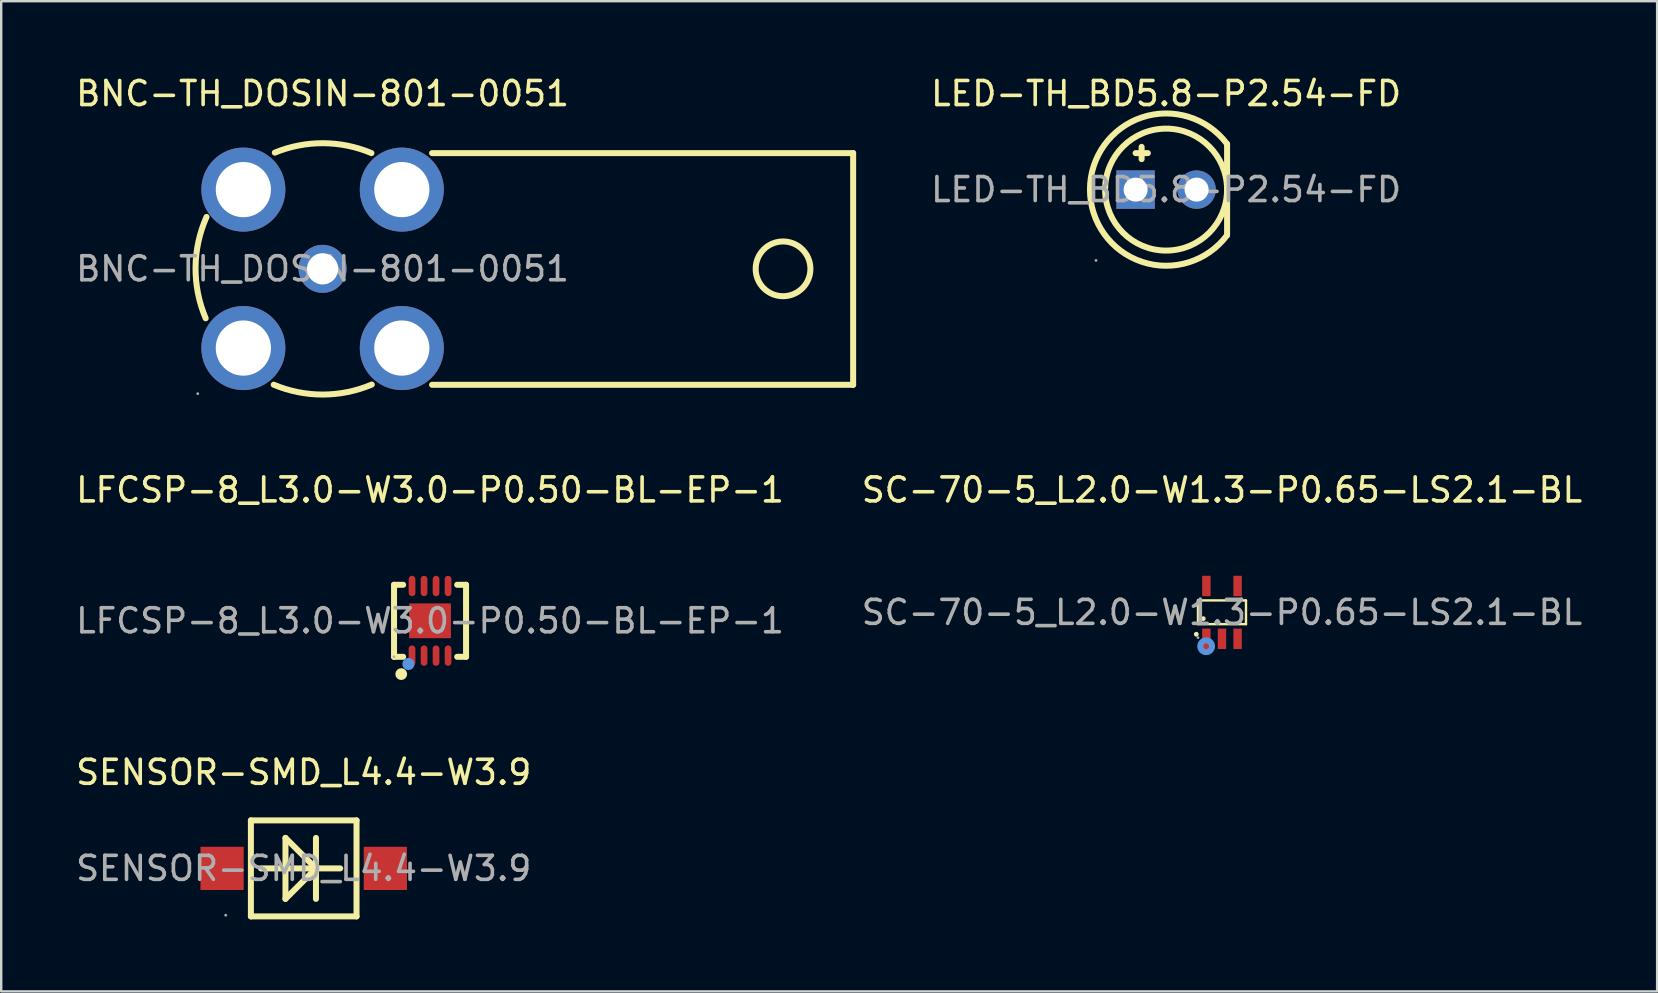
<source format=kicad_pcb>
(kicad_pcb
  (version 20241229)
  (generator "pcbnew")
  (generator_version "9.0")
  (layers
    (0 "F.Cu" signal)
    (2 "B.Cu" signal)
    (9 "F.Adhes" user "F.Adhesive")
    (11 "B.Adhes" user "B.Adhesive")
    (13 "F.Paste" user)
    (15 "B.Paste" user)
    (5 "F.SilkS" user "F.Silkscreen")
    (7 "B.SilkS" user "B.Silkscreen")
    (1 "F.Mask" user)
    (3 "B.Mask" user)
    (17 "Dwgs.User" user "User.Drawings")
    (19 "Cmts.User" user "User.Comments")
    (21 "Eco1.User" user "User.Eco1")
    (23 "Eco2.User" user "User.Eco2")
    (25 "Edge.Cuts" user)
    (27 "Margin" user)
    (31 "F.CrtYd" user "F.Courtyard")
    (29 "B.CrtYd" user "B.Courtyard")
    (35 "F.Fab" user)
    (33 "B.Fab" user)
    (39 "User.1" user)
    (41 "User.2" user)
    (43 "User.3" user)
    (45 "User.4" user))
  (footprint "SENSOR-SMD_L4.4-W3.9"
    (layer "F.Cu")
    (at 9.601 33.122)
    (property "Reference" "SENSOR-SMD_L4.4-W3.9" (at 0 -4 0) (layer "F.SilkS") (effects (font (size 1 1) (thickness 0.15))))
    (attr smd)
    (fp_line (start -2.2 -2) (end 2.2 -2) (stroke (width 0.25) (type solid)) (layer "F.SilkS"))
    (fp_line (start -2.2 2) (end -2.2 -2) (stroke (width 0.25) (type solid)) (layer "F.SilkS"))
    (fp_line (start -1.78 0) (end 1.52 0) (stroke (width 0.25) (type solid)) (layer "F.SilkS"))
    (fp_line (start -0.76 -1.27) (end -0.76 1.27) (stroke (width 0.25) (type solid)) (layer "F.SilkS"))
    (fp_line (start -0.76 1.27) (end 0.51 0) (stroke (width 0.25) (type solid)) (layer "F.SilkS"))
    (fp_line (start 0.51 -1.27) (end 0.51 1.27) (stroke (width 0.25) (type solid)) (layer "F.SilkS"))
    (fp_line (start 0.51 0) (end -0.76 -1.27) (stroke (width 0.25) (type solid)) (layer "F.SilkS"))
    (fp_line (start 2.2 -2) (end 2.2 2) (stroke (width 0.25) (type solid)) (layer "F.SilkS"))
    (fp_line (start 2.2 2) (end -2.2 2) (stroke (width 0.25) (type solid)) (layer "F.SilkS"))
    (fp_circle (center -3.25 1.95) (end -3.22 1.95) (stroke (width 0.06) (type solid)) (fill no) (layer "F.Fab"))
    (fp_text user "${REFERENCE}" (at 0 0 0) (layer "F.Fab") (effects (font (size 1 1) (thickness 0.15))))
    (pad "1" smd rect (at -3.4 0) (size 1.8 1.8) (layers "F.Cu" "F.Mask" "F.Paste"))
    (pad "2" smd rect (at 3.4 0) (size 1.8 1.8) (layers "F.Cu" "F.Mask" "F.Paste")))
  (footprint "SC-70-5_L2.0-W1.3-P0.65-LS2.1-BL"
    (layer "F.Cu")
    (at 47.851 22.459)
    (property "Reference" "SC-70-5_L2.0-W1.3-P0.65-LS2.1-BL" (at 0 -5.1 0) (layer "F.SilkS") (effects (font (size 1 1) (thickness 0.15))))
    (attr smd)
    (fp_line (start -1 -0.5) (end -1 0.49) (stroke (width 0.1) (type solid)) (layer "F.SilkS"))
    (fp_line (start -1 0.49) (end 1 0.49) (stroke (width 0.1) (type solid)) (layer "F.SilkS"))
    (fp_line (start 0.99 -0.5) (end -1 -0.5) (stroke (width 0.1) (type solid)) (layer "F.SilkS"))
    (fp_line (start 1 -0.49) (end 0.99 -0.5) (stroke (width 0.1) (type solid)) (layer "F.SilkS"))
    (fp_line (start 1 0.49) (end 1 -0.49) (stroke (width 0.1) (type solid)) (layer "F.SilkS"))
    (fp_circle (center -1.07 0.91) (end -1.02 0.91) (stroke (width 0.1) (type solid)) (fill no) (layer "F.SilkS"))
    (fp_circle (center -0.78 0.26) (end -0.73 0.26) (stroke (width 0.1) (type solid)) (fill no) (layer "F.SilkS"))
    (fp_circle (center -0.66 1.41) (end -0.54 1.41) (stroke (width 0.25) (type solid)) (fill no) (layer "Cmts.User"))
    (fp_circle (center -1 1.05) (end -0.97 1.05) (stroke (width 0.06) (type solid)) (fill no) (layer "F.Fab"))
    (fp_text user "${REFERENCE}" (at 0 0 0) (layer "F.Fab") (effects (font (size 1 1) (thickness 0.15))))
    (pad "1" smd rect (at -0.65 1.1) (size 0.35 0.85) (layers "F.Cu" "F.Mask" "F.Paste"))
    (pad "2" smd rect (at 0 1.1) (size 0.35 0.85) (layers "F.Cu" "F.Mask" "F.Paste"))
    (pad "3" smd rect (at 0.65 1.1) (size 0.35 0.85) (layers "F.Cu" "F.Mask" "F.Paste"))
    (pad "4" smd rect (at 0.65 -1.1) (size 0.35 0.85) (layers "F.Cu" "F.Mask" "F.Paste"))
    (pad "5" smd rect (at -0.65 -1.1) (size 0.35 0.85) (layers "F.Cu" "F.Mask" "F.Paste")))
  (footprint "BNC-TH_DOSIN-801-0051"
    (layer "F.Cu")
    (at 10.387 8.148)
    (property "Reference" "BNC-TH_DOSIN-801-0051" (at 0 -7.3 0) (layer "F.SilkS") (effects (font (size 1 1) (thickness 0.15))))
    (attr through_hole)
    (fp_line (start 4.56 -4.82) (end 22.1 -4.82) (stroke (width 0.25) (type solid)) (layer "F.SilkS"))
    (fp_line (start 22.1 -4.82) (end 22.1 4.83) (stroke (width 0.25) (type solid)) (layer "F.SilkS"))
    (fp_line (start 22.1 4.83) (end 4.56 4.83) (stroke (width 0.25) (type solid)) (layer "F.SilkS"))
    (fp_arc (start -4.87 2.06) (mid -5.291485 -0.054517) (end -4.834483 -2.161644) (stroke (width 0.25) (type solid)) (layer "F.SilkS"))
    (fp_arc (start -1.99 -4.84) (mid 0.024171 -5.233079) (end 2.034625 -4.821411) (stroke (width 0.25) (type solid)) (layer "F.SilkS"))
    (fp_arc (start 2.05 4.82) (mid 0.008046 5.237031) (end -2.035178 4.826264) (stroke (width 0.25) (type solid)) (layer "F.SilkS"))
    (fp_circle (center 19.18 0) (end 20.32 0) (stroke (width 0.25) (type solid)) (fill no) (layer "F.SilkS"))
    (fp_circle (center -5.2 5.2) (end -5.17 5.2) (stroke (width 0.06) (type solid)) (fill no) (layer "F.Fab"))
    (fp_circle (center 0 0) (end 0.25 0) (stroke (width 0.5) (type solid)) (fill no) (layer "F.Fab"))
    (fp_text user "${REFERENCE}" (at 0 0 0) (layer "F.Fab") (effects (font (size 1 1) (thickness 0.15))))
    (pad "1" thru_hole circle (at -3.3 3.3) (size 3.5 3.5) (drill 2.3) (layers "*.Cu" "*.Mask"))
    (pad "2" thru_hole circle (at -3.3 -3.3) (size 3.5 3.5) (drill 2.3) (layers "*.Cu" "*.Mask"))
    (pad "3" thru_hole circle (at 3.3 -3.3) (size 3.5 3.5) (drill 2.3) (layers "*.Cu" "*.Mask"))
    (pad "4" thru_hole circle (at 3.3 3.3) (size 3.5 3.5) (drill 2.3) (layers "*.Cu" "*.Mask"))
    (pad "5" thru_hole circle (at 0 0) (size 2 2) (drill 1.3) (layers "*.Cu" "*.Mask")))
  (footprint "LFCSP-8_L3.0-W3.0-P0.50-BL-EP-1"
    (layer "F.Cu")
    (at 14.863 22.809)
    (property "Reference" "LFCSP-8_L3.0-W3.0-P0.50-BL-EP-1" (at 0 -5.45 0) (layer "F.SilkS") (effects (font (size 1 1) (thickness 0.15))))
    (attr smd)
    (fp_line (start -1.5 -1.5) (end -1.12 -1.5) (stroke (width 0.25) (type solid)) (layer "F.SilkS"))
    (fp_line (start -1.5 1.5) (end -1.5 -1.5) (stroke (width 0.25) (type solid)) (layer "F.SilkS"))
    (fp_line (start -1.12 1.5) (end -1.5 1.5) (stroke (width 0.25) (type solid)) (layer "F.SilkS"))
    (fp_line (start 1.13 -1.5) (end 1.5 -1.5) (stroke (width 0.25) (type solid)) (layer "F.SilkS"))
    (fp_line (start 1.5 -1.5) (end 1.5 1.5) (stroke (width 0.25) (type solid)) (layer "F.SilkS"))
    (fp_line (start 1.5 1.5) (end 1.13 1.5) (stroke (width 0.25) (type solid)) (layer "F.SilkS"))
    (fp_arc (start -1.19 2.1) (mid -1.204987 2.340313) (end -1.200034 2.099584) (stroke (width 0.25) (type solid)) (layer "F.SilkS"))
    (fp_circle (center -0.9 1.8) (end -0.77 1.8) (stroke (width 0.25) (type solid)) (fill no) (layer "Cmts.User"))
    (fp_circle (center -1.5 1.5) (end -1.47 1.5) (stroke (width 0.06) (type solid)) (fill no) (layer "F.Fab"))
    (fp_text user "${REFERENCE}" (at 0 0 0) (layer "F.Fab") (effects (font (size 1 1) (thickness 0.15))))
    (pad "1" smd oval (at -0.75 1.45 180) (size 0.28 0.85) (layers "F.Cu" "F.Mask" "F.Paste"))
    (pad "2" smd oval (at -0.25 1.45 180) (size 0.28 0.85) (layers "F.Cu" "F.Mask" "F.Paste"))
    (pad "3" smd oval (at 0.25 1.45 180) (size 0.28 0.85) (layers "F.Cu" "F.Mask" "F.Paste"))
    (pad "4" smd oval (at 0.75 1.45 180) (size 0.28 0.85) (layers "F.Cu" "F.Mask" "F.Paste"))
    (pad "5" smd oval (at 0.75 -1.45 180) (size 0.28 0.85) (layers "F.Cu" "F.Mask" "F.Paste"))
    (pad "6" smd oval (at 0.25 -1.45 180) (size 0.28 0.85) (layers "F.Cu" "F.Mask" "F.Paste"))
    (pad "7" smd oval (at -0.25 -1.45 180) (size 0.28 0.85) (layers "F.Cu" "F.Mask" "F.Paste"))
    (pad "8" smd oval (at -0.75 -1.45 180) (size 0.28 0.85) (layers "F.Cu" "F.Mask" "F.Paste"))
    (pad "9" smd rect (at 0 0) (size 1.74 1.45) (layers "F.Cu" "F.Mask" "F.Paste")))
  (footprint "LED-TH_BD5.8-P2.54-FD"
    (layer "F.Cu")
    (at 45.523 4.848)
    (property "Reference" "LED-TH_BD5.8-P2.54-FD" (at 0 -4 0) (layer "F.SilkS") (effects (font (size 1 1) (thickness 0.15))))
    (attr through_hole)
    (fp_line (start -1.27 -1.52) (end -0.76 -1.52) (stroke (width 0.25) (type solid)) (layer "F.SilkS"))
    (fp_line (start -1.02 -1.78) (end -1.02 -1.27) (stroke (width 0.25) (type solid)) (layer "F.SilkS"))
    (fp_line (start 2.54 1.9) (end 2.54 -1.9) (stroke (width 0.25) (type solid)) (layer "F.SilkS"))
    (fp_arc (start 2.538185 1.902424) (mid -3.172002 -0.001514) (end 2.54 -1.9) (stroke (width 0.25) (type solid)) (layer "F.SilkS"))
    (fp_circle (center 0 0) (end 2.54 0) (stroke (width 0.25) (type solid)) (fill no) (layer "F.SilkS"))
    (fp_circle (center -2.92 2.95) (end -2.89 2.95) (stroke (width 0.06) (type solid)) (fill no) (layer "F.Fab"))
    (fp_circle (center -1.27 0) (end -1.15 0) (stroke (width 0.25) (type solid)) (fill no) (layer "F.Fab"))
    (fp_circle (center 1.27 0) (end 1.39 0) (stroke (width 0.25) (type solid)) (fill no) (layer "F.Fab"))
    (fp_text user "${REFERENCE}" (at 0 0 0) (layer "F.Fab") (effects (font (size 1 1) (thickness 0.15))))
    (pad "1" thru_hole rect (at -1.27 0) (size 1.6 1.6) (drill 1) (layers "*.Cu" "*.Mask"))
    (pad "2" thru_hole circle (at 1.27 0) (size 1.6 1.6) (drill 1) (layers "*.Cu" "*.Mask")))
  (gr_rect
    (start -3 -3)
    (end 65.976 38.247)
    (stroke (width 0.1) (type default))
    (fill no)
    (layer "Edge.Cuts")))
</source>
